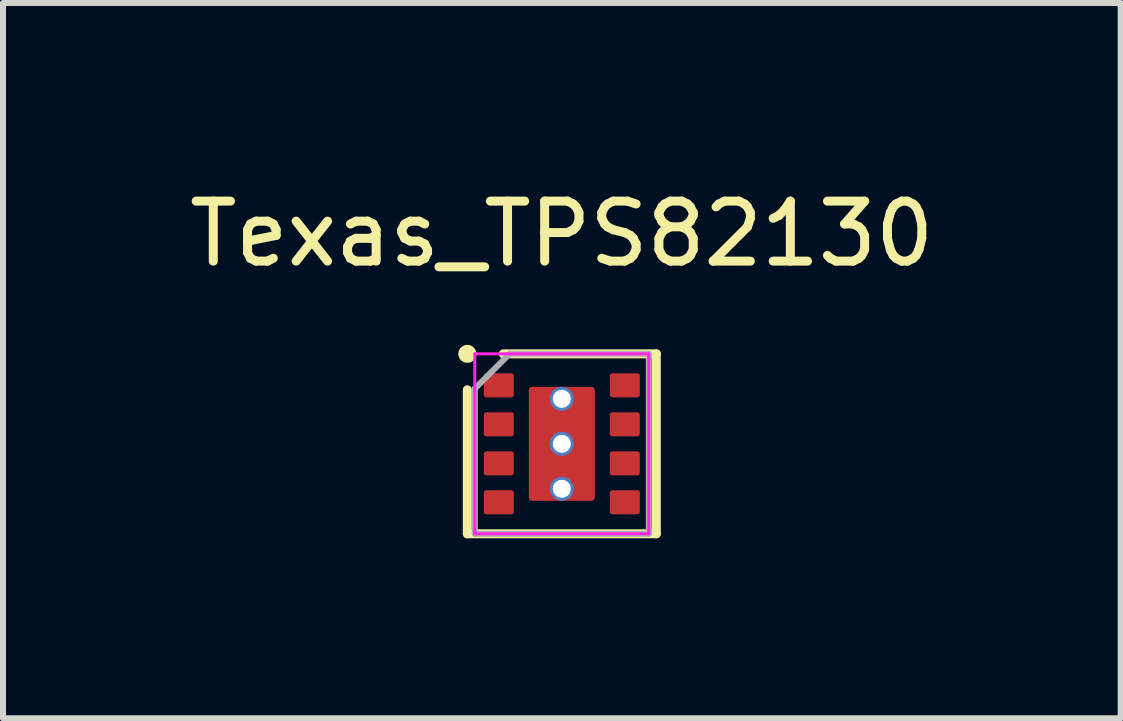
<source format=kicad_pcb>
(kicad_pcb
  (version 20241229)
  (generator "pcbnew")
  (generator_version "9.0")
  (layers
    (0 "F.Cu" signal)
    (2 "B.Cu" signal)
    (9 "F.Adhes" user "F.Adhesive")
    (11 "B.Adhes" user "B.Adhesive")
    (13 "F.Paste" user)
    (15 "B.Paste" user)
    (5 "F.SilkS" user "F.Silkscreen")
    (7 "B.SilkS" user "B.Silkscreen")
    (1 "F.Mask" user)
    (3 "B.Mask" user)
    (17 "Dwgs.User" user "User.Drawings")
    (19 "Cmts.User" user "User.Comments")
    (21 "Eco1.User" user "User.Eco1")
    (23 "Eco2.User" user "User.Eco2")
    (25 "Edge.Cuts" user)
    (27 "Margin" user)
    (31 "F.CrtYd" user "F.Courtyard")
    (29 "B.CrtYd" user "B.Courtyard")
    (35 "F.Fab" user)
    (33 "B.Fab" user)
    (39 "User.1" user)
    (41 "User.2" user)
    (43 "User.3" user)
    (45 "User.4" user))
  (footprint "Texas_TPS82130"
    (layer "F.Cu")
    (at 6.315 4.348)
    (property "Reference" "Texas_TPS82130" (at 0 -3.5 0) (layer "F.SilkS") (effects (font (size 1 1) (thickness 0.15))))
    (attr through_hole)
    (fp_line (start -1.575 -1.5) (end -1.575 -1.5) (stroke (width 0.3) (type solid)) (layer "F.SilkS"))
    (fp_line (start -1.575 1.5) (end -1.575 -0.9) (stroke (width 0.15) (type solid)) (layer "F.SilkS"))
    (fp_line (start -0.975 -1.5) (end 1.575 -1.5) (stroke (width 0.15) (type solid)) (layer "F.SilkS"))
    (fp_line (start 1.575 -1.5) (end 1.575 1.5) (stroke (width 0.15) (type solid)) (layer "F.SilkS"))
    (fp_line (start 1.575 1.5) (end -1.575 1.5) (stroke (width 0.15) (type solid)) (layer "F.SilkS"))
    (fp_line (start -1.45 -1.5) (end 1.45 -1.5) (stroke (width 0.05) (type solid)) (layer "F.CrtYd"))
    (fp_line (start -1.45 1.5) (end -1.45 -1.5) (stroke (width 0.05) (type solid)) (layer "F.CrtYd"))
    (fp_line (start 1.45 -1.5) (end 1.45 1.5) (stroke (width 0.05) (type solid)) (layer "F.CrtYd"))
    (fp_line (start 1.45 1.5) (end -1.45 1.5) (stroke (width 0.05) (type solid)) (layer "F.CrtYd"))
    (fp_line (start -1.45 -0.92) (end -0.87 -1.5) (stroke (width 0.1) (type solid)) (layer "F.Fab"))
    (fp_line (start -1.45 1.5) (end -1.45 -0.92) (stroke (width 0.1) (type solid)) (layer "F.Fab"))
    (fp_line (start -0.87 -1.5) (end 1.45 -1.5) (stroke (width 0.1) (type solid)) (layer "F.Fab"))
    (fp_line (start 1.45 -1.5) (end 1.45 1.5) (stroke (width 0.1) (type solid)) (layer "F.Fab"))
    (fp_line (start 1.45 1.5) (end -1.45 1.5) (stroke (width 0.1) (type solid)) (layer "F.Fab"))
    (pad "" smd roundrect (at 0 -0.475) (size 0.8 0.65) (layers "F.Paste") (roundrect_rratio 0.25))
    (pad "" smd roundrect (at 0 0.475) (size 0.8 0.65) (layers "F.Paste") (roundrect_rratio 0.25))
    (pad "1" smd roundrect (at -1.05 -0.975) (size 0.5 0.4) (layers "F.Cu" "F.Mask" "F.Paste") (roundrect_rratio 0.1))
    (pad "2" smd roundrect (at -1.05 -0.325) (size 0.5 0.4) (layers "F.Cu" "F.Mask" "F.Paste") (roundrect_rratio 0.1))
    (pad "3" smd roundrect (at -1.05 0.325) (size 0.5 0.4) (layers "F.Cu" "F.Mask" "F.Paste") (roundrect_rratio 0.1))
    (pad "4" smd roundrect (at -1.05 0.975) (size 0.5 0.4) (layers "F.Cu" "F.Mask" "F.Paste") (roundrect_rratio 0.1))
    (pad "5" smd roundrect (at 1.05 0.975) (size 0.5 0.4) (layers "F.Cu" "F.Mask" "F.Paste") (roundrect_rratio 0.1))
    (pad "6" smd roundrect (at 1.05 0.325) (size 0.5 0.4) (layers "F.Cu" "F.Mask" "F.Paste") (roundrect_rratio 0.1))
    (pad "7" smd roundrect (at 1.05 -0.325) (size 0.5 0.4) (layers "F.Cu" "F.Mask" "F.Paste") (roundrect_rratio 0.1))
    (pad "8" smd roundrect (at 1.05 -0.975) (size 0.5 0.4) (layers "F.Cu" "F.Mask" "F.Paste") (roundrect_rratio 0.1))
    (pad "9" thru_hole circle (at 0 -0.75) (size 0.4 0.4) (drill 0.3) (layers "*.Cu"))
    (pad "9" thru_hole circle (at 0 0) (size 0.4 0.4) (drill 0.3) (layers "*.Cu"))
    (pad "9" smd roundrect (at 0 0) (size 1.1 1.9) (layers "F.Cu" "F.Mask") (roundrect_rratio 0.05))
    (pad "9" thru_hole circle (at 0 0.75) (size 0.4 0.4) (drill 0.3) (layers "*.Cu")))
  (gr_rect
    (start -3 -3)
    (end 15.631 8.923)
    (stroke (width 0.1) (type default))
    (fill no)
    (layer "Edge.Cuts")))
</source>
